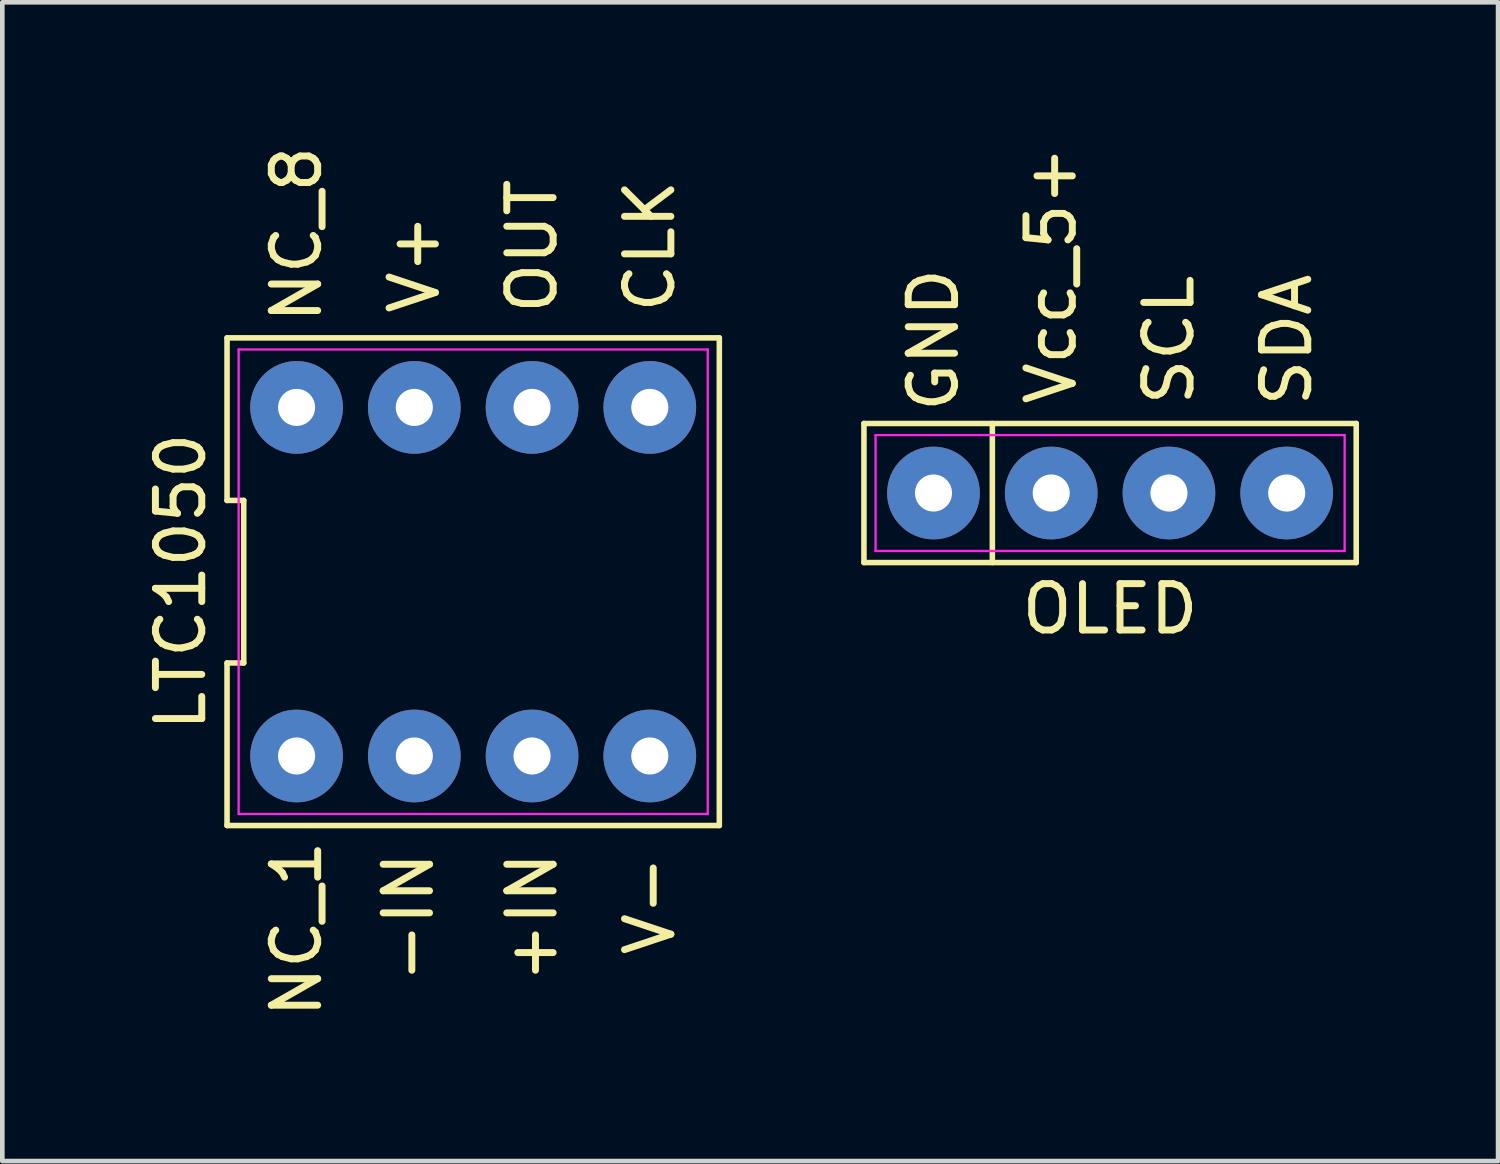
<source format=kicad_pcb>
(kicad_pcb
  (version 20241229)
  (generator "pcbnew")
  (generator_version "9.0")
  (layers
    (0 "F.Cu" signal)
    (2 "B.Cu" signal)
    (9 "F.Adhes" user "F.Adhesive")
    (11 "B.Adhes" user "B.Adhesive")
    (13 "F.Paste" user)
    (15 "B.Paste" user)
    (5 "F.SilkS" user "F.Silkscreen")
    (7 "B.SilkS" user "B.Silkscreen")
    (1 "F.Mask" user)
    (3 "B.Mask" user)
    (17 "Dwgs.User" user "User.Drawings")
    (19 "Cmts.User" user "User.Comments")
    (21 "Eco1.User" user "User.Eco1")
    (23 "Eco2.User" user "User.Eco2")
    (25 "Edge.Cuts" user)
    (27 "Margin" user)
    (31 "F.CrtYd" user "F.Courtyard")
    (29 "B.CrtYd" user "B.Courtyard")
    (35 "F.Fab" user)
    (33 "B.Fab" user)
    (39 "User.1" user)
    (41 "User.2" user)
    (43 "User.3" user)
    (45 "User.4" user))
  (footprint "OLED"
    (layer "F.Cu")
    (at 20.898 7.586)
    (property "Reference" "OLED" (at 0 2.5 0) (layer "F.SilkS") (effects (font (size 1 1) (thickness 0.15))))
    (attr through_hole)
    (fp_line (start -5.31 -1.5) (end 5.31 -1.5) (stroke (width 0.12) (type solid)) (layer "F.SilkS"))
    (fp_line (start -5.31 1.5) (end -5.31 -1.5) (stroke (width 0.12) (type solid)) (layer "F.SilkS"))
    (fp_line (start -2.54 -1.5) (end -2.54 1.5) (stroke (width 0.12) (type solid)) (layer "F.SilkS"))
    (fp_line (start 5.31 -1.5) (end 5.31 1.5) (stroke (width 0.12) (type solid)) (layer "F.SilkS"))
    (fp_line (start 5.31 1.5) (end -5.31 1.5) (stroke (width 0.12) (type solid)) (layer "F.SilkS"))
    (fp_line (start -5.06 -1.25) (end 5.06 -1.25) (stroke (width 0.05) (type solid)) (layer "F.CrtYd"))
    (fp_line (start -5.06 1.25) (end -5.06 -1.25) (stroke (width 0.05) (type solid)) (layer "F.CrtYd"))
    (fp_line (start 5.06 -1.25) (end 5.06 1.25) (stroke (width 0.05) (type solid)) (layer "F.CrtYd"))
    (fp_line (start 5.06 1.25) (end -5.06 1.25) (stroke (width 0.05) (type solid)) (layer "F.CrtYd"))
    (fp_text user "SDA" (at 3.81 -3.302 90) (layer "F.SilkS") (effects (font (size 1 1) (thickness 0.15))))
    (fp_text user "SCL" (at 1.27 -3.302 90) (layer "F.SilkS") (effects (font (size 1 1) (thickness 0.15))))
    (fp_text user "Vcc_5+" (at -1.27 -4.699 90) (layer "F.SilkS") (effects (font (size 1 1) (thickness 0.15))))
    (fp_text user "GND" (at -3.81 -3.302 90) (layer "F.SilkS") (effects (font (size 1 1) (thickness 0.15))))
    (pad "1" thru_hole circle (at -3.81 0) (size 2 2) (drill 0.8) (layers "*.Cu" "*.Mask"))
    (pad "2" thru_hole circle (at -1.27 0) (size 2 2) (drill 0.8) (layers "*.Cu" "*.Mask"))
    (pad "3" thru_hole circle (at 1.27 0) (size 2 2) (drill 0.8) (layers "*.Cu" "*.Mask"))
    (pad "4" thru_hole circle (at 3.81 0) (size 2 2) (drill 0.8) (layers "*.Cu" "*.Mask")))
  (footprint "LTC1050"
    (layer "F.Cu")
    (at 7.158 9.499)
    (property "Reference" "LTC1050" (at -6.31 0 90) (layer "F.SilkS") (effects (font (size 1 1) (thickness 0.15))))
    (attr through_hole)
    (fp_line (start -5.31 -5.26) (end -5.31 -1.753) (stroke (width 0.12) (type solid)) (layer "F.SilkS"))
    (fp_line (start -5.31 -1.753) (end -4.95 -1.753) (stroke (width 0.12) (type solid)) (layer "F.SilkS"))
    (fp_line (start -5.31 1.753) (end -5.31 5.26) (stroke (width 0.12) (type solid)) (layer "F.SilkS"))
    (fp_line (start -5.31 5.26) (end 5.31 5.26) (stroke (width 0.12) (type solid)) (layer "F.SilkS"))
    (fp_line (start -4.95 -1.753) (end -4.95 1.753) (stroke (width 0.12) (type solid)) (layer "F.SilkS"))
    (fp_line (start -4.95 1.753) (end -5.31 1.753) (stroke (width 0.12) (type solid)) (layer "F.SilkS"))
    (fp_line (start 5.31 -5.26) (end -5.31 -5.26) (stroke (width 0.12) (type solid)) (layer "F.SilkS"))
    (fp_line (start 5.31 5.26) (end 5.31 -5.26) (stroke (width 0.12) (type solid)) (layer "F.SilkS"))
    (fp_line (start -5.06 -5.01) (end 5.06 -5.01) (stroke (width 0.05) (type solid)) (layer "F.CrtYd"))
    (fp_line (start -5.06 5.01) (end -5.06 -5.01) (stroke (width 0.05) (type solid)) (layer "F.CrtYd"))
    (fp_line (start 5.06 -5.01) (end 5.06 5.01) (stroke (width 0.05) (type solid)) (layer "F.CrtYd"))
    (fp_line (start 5.06 5.01) (end -5.06 5.01) (stroke (width 0.05) (type solid)) (layer "F.CrtYd"))
    (fp_text user "V+" (at -1.27 -6.858 90) (layer "F.SilkS") (effects (font (size 1 1) (thickness 0.15))))
    (fp_text user "OUT" (at 1.27 -7.239 90) (layer "F.SilkS") (effects (font (size 1 1) (thickness 0.15))))
    (fp_text user "CLK" (at 3.81 -7.239 90) (layer "F.SilkS") (effects (font (size 1 1) (thickness 0.15))))
    (fp_text user "+IN" (at 1.27 7.239 270) (layer "F.SilkS") (effects (font (size 1 1) (thickness 0.15))))
    (fp_text user "NC_8" (at -3.81 -7.493 90) (layer "F.SilkS") (effects (font (size 1 1) (thickness 0.15))))
    (fp_text user "-IN" (at -1.397 7.239 90) (layer "F.SilkS") (effects (font (size 1 1) (thickness 0.15))))
    (fp_text user "NC_1" (at -3.81 7.493 90) (layer "F.SilkS") (effects (font (size 1 1) (thickness 0.15))))
    (fp_text user "V-" (at 3.81 6.985 90) (layer "F.SilkS") (effects (font (size 1 1) (thickness 0.15))))
    (pad "1" thru_hole circle (at -3.81 3.76) (size 2 2) (drill 0.8) (layers "*.Cu" "*.Mask"))
    (pad "2" thru_hole circle (at -1.27 3.76) (size 2 2) (drill 0.8) (layers "*.Cu" "*.Mask"))
    (pad "3" thru_hole circle (at 1.27 3.76) (size 2 2) (drill 0.8) (layers "*.Cu" "*.Mask"))
    (pad "4" thru_hole circle (at 3.81 3.76) (size 2 2) (drill 0.8) (layers "*.Cu" "*.Mask"))
    (pad "5" thru_hole circle (at 3.81 -3.76) (size 2 2) (drill 0.8) (layers "*.Cu" "*.Mask"))
    (pad "6" thru_hole circle (at 1.27 -3.76) (size 2 2) (drill 0.8) (layers "*.Cu" "*.Mask"))
    (pad "7" thru_hole circle (at -1.27 -3.76) (size 2 2) (drill 0.8) (layers "*.Cu" "*.Mask"))
    (pad "8" thru_hole circle (at -3.81 -3.76) (size 2 2) (drill 0.8) (layers "*.Cu" "*.Mask")))
  (gr_rect
    (start -3 -3)
    (end 29.268 21.998)
    (stroke (width 0.1) (type default))
    (fill no)
    (layer "Edge.Cuts")))
</source>
